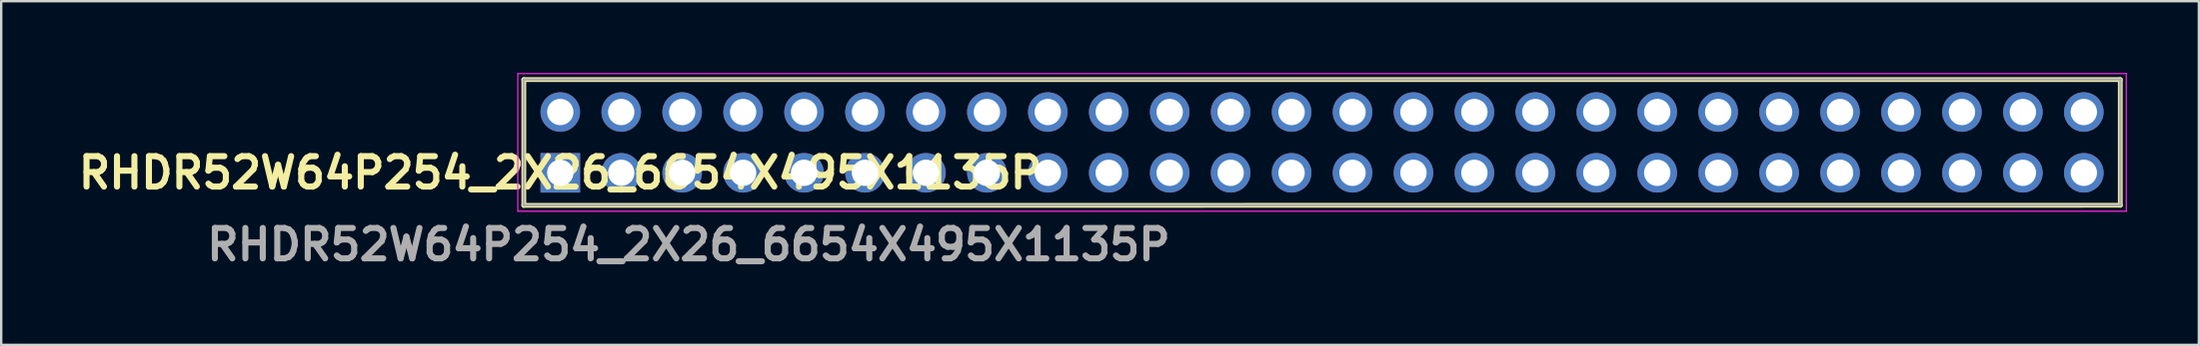
<source format=kicad_pcb>
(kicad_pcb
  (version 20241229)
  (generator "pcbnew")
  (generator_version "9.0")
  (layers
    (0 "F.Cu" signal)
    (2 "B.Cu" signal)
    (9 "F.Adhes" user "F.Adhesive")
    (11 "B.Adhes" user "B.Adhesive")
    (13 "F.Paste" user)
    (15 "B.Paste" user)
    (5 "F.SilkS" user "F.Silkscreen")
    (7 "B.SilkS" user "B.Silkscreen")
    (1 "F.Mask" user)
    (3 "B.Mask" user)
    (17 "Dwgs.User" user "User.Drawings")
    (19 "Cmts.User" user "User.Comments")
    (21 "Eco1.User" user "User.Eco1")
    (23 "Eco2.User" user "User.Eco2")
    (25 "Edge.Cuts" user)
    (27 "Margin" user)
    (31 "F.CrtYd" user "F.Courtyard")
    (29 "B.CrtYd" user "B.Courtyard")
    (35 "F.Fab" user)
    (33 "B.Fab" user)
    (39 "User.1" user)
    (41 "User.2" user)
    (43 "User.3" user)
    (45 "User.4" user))
  (footprint "RHDR52W64P254_2X26_6654X495X1135P"
    (layer "F.Cu")
    (at 20.302 4.17)
    (property "Reference" "RHDR52W64P254_2X26_6654X495X1135P" (at 0 0 0) (layer "F.SilkS") (effects (font (size 1.27 1.27) (thickness 0.254))))
    (attr through_hole)
    (fp_line (start -1.52 -3.895) (end -1.52 1.36) (stroke (width 0.2) (type solid)) (layer "F.SilkS"))
    (fp_line (start -1.52 1.36) (end 65.02 1.355) (stroke (width 0.2) (type solid)) (layer "F.SilkS"))
    (fp_line (start 65.02 -3.895) (end -1.52 -3.895) (stroke (width 0.2) (type solid)) (layer "F.SilkS"))
    (fp_line (start 65.02 1.355) (end 65.02 -3.895) (stroke (width 0.2) (type solid)) (layer "F.SilkS"))
    (fp_line (start -1.77 -4.145) (end 65.27 -4.145) (stroke (width 0.05) (type solid)) (layer "F.CrtYd"))
    (fp_line (start -1.77 1.605) (end -1.77 -4.145) (stroke (width 0.05) (type solid)) (layer "F.CrtYd"))
    (fp_line (start 65.27 -4.145) (end 65.27 1.605) (stroke (width 0.05) (type solid)) (layer "F.CrtYd"))
    (fp_line (start 65.27 1.605) (end -1.77 1.605) (stroke (width 0.05) (type solid)) (layer "F.CrtYd"))
    (fp_line (start -1.52 -3.895) (end 65.02 -3.895) (stroke (width 0.1) (type solid)) (layer "F.Fab"))
    (fp_line (start -1.52 1.355) (end -1.52 -3.895) (stroke (width 0.1) (type solid)) (layer "F.Fab"))
    (fp_line (start 65.02 -3.895) (end 65.02 1.355) (stroke (width 0.1) (type solid)) (layer "F.Fab"))
    (fp_line (start 65.02 1.355) (end -1.52 1.355) (stroke (width 0.1) (type solid)) (layer "F.Fab"))
    (fp_text user "${REFERENCE}" (at 5.35 3 0) (layer "F.Fab") (effects (font (size 1.27 1.27) (thickness 0.254))))
    (pad "1" thru_hole rect (at 0 0) (size 1.65 1.65) (drill 1.1) (layers "*.Cu" "*.Mask"))
    (pad "2" thru_hole circle (at 0 -2.54) (size 1.65 1.65) (drill 1.1) (layers "*.Cu" "*.Mask"))
    (pad "3" thru_hole circle (at 2.54 0) (size 1.65 1.65) (drill 1.1) (layers "*.Cu" "*.Mask"))
    (pad "4" thru_hole circle (at 2.54 -2.54) (size 1.65 1.65) (drill 1.1) (layers "*.Cu" "*.Mask"))
    (pad "5" thru_hole circle (at 5.08 0) (size 1.65 1.65) (drill 1.1) (layers "*.Cu" "*.Mask"))
    (pad "6" thru_hole circle (at 5.08 -2.54) (size 1.65 1.65) (drill 1.1) (layers "*.Cu" "*.Mask"))
    (pad "7" thru_hole circle (at 7.62 0) (size 1.65 1.65) (drill 1.1) (layers "*.Cu" "*.Mask"))
    (pad "8" thru_hole circle (at 7.62 -2.54) (size 1.65 1.65) (drill 1.1) (layers "*.Cu" "*.Mask"))
    (pad "9" thru_hole circle (at 10.16 0) (size 1.65 1.65) (drill 1.1) (layers "*.Cu" "*.Mask"))
    (pad "10" thru_hole circle (at 10.16 -2.54) (size 1.65 1.65) (drill 1.1) (layers "*.Cu" "*.Mask"))
    (pad "11" thru_hole circle (at 12.7 0) (size 1.65 1.65) (drill 1.1) (layers "*.Cu" "*.Mask"))
    (pad "12" thru_hole circle (at 12.7 -2.54) (size 1.65 1.65) (drill 1.1) (layers "*.Cu" "*.Mask"))
    (pad "13" thru_hole circle (at 15.24 0) (size 1.65 1.65) (drill 1.1) (layers "*.Cu" "*.Mask"))
    (pad "14" thru_hole circle (at 15.24 -2.54) (size 1.65 1.65) (drill 1.1) (layers "*.Cu" "*.Mask"))
    (pad "15" thru_hole circle (at 17.78 0) (size 1.65 1.65) (drill 1.1) (layers "*.Cu" "*.Mask"))
    (pad "16" thru_hole circle (at 17.78 -2.54) (size 1.65 1.65) (drill 1.1) (layers "*.Cu" "*.Mask"))
    (pad "17" thru_hole circle (at 20.32 0) (size 1.65 1.65) (drill 1.1) (layers "*.Cu" "*.Mask"))
    (pad "18" thru_hole circle (at 20.32 -2.54) (size 1.65 1.65) (drill 1.1) (layers "*.Cu" "*.Mask"))
    (pad "19" thru_hole circle (at 22.86 0) (size 1.65 1.65) (drill 1.1) (layers "*.Cu" "*.Mask"))
    (pad "20" thru_hole circle (at 22.86 -2.54) (size 1.65 1.65) (drill 1.1) (layers "*.Cu" "*.Mask"))
    (pad "21" thru_hole circle (at 25.4 0) (size 1.65 1.65) (drill 1.1) (layers "*.Cu" "*.Mask"))
    (pad "22" thru_hole circle (at 25.4 -2.54) (size 1.65 1.65) (drill 1.1) (layers "*.Cu" "*.Mask"))
    (pad "23" thru_hole circle (at 27.94 0) (size 1.65 1.65) (drill 1.1) (layers "*.Cu" "*.Mask"))
    (pad "24" thru_hole circle (at 27.94 -2.54) (size 1.65 1.65) (drill 1.1) (layers "*.Cu" "*.Mask"))
    (pad "25" thru_hole circle (at 30.48 0) (size 1.65 1.65) (drill 1.1) (layers "*.Cu" "*.Mask"))
    (pad "26" thru_hole circle (at 30.48 -2.54) (size 1.65 1.65) (drill 1.1) (layers "*.Cu" "*.Mask"))
    (pad "27" thru_hole circle (at 33.02 0) (size 1.65 1.65) (drill 1.1) (layers "*.Cu" "*.Mask"))
    (pad "28" thru_hole circle (at 33.02 -2.54) (size 1.65 1.65) (drill 1.1) (layers "*.Cu" "*.Mask"))
    (pad "29" thru_hole circle (at 35.56 0) (size 1.65 1.65) (drill 1.1) (layers "*.Cu" "*.Mask"))
    (pad "30" thru_hole circle (at 35.56 -2.54) (size 1.65 1.65) (drill 1.1) (layers "*.Cu" "*.Mask"))
    (pad "31" thru_hole circle (at 38.1 0) (size 1.65 1.65) (drill 1.1) (layers "*.Cu" "*.Mask"))
    (pad "32" thru_hole circle (at 38.1 -2.54) (size 1.65 1.65) (drill 1.1) (layers "*.Cu" "*.Mask"))
    (pad "33" thru_hole circle (at 40.64 0) (size 1.65 1.65) (drill 1.1) (layers "*.Cu" "*.Mask"))
    (pad "34" thru_hole circle (at 40.64 -2.54) (size 1.65 1.65) (drill 1.1) (layers "*.Cu" "*.Mask"))
    (pad "35" thru_hole circle (at 43.18 0) (size 1.65 1.65) (drill 1.1) (layers "*.Cu" "*.Mask"))
    (pad "36" thru_hole circle (at 43.18 -2.54) (size 1.65 1.65) (drill 1.1) (layers "*.Cu" "*.Mask"))
    (pad "37" thru_hole circle (at 45.72 0) (size 1.65 1.65) (drill 1.1) (layers "*.Cu" "*.Mask"))
    (pad "38" thru_hole circle (at 45.72 -2.54) (size 1.65 1.65) (drill 1.1) (layers "*.Cu" "*.Mask"))
    (pad "39" thru_hole circle (at 48.26 0) (size 1.65 1.65) (drill 1.1) (layers "*.Cu" "*.Mask"))
    (pad "40" thru_hole circle (at 48.26 -2.54) (size 1.65 1.65) (drill 1.1) (layers "*.Cu" "*.Mask"))
    (pad "41" thru_hole circle (at 50.8 0) (size 1.65 1.65) (drill 1.1) (layers "*.Cu" "*.Mask"))
    (pad "42" thru_hole circle (at 50.8 -2.54) (size 1.65 1.65) (drill 1.1) (layers "*.Cu" "*.Mask"))
    (pad "43" thru_hole circle (at 53.34 0) (size 1.65 1.65) (drill 1.1) (layers "*.Cu" "*.Mask"))
    (pad "44" thru_hole circle (at 53.34 -2.54) (size 1.65 1.65) (drill 1.1) (layers "*.Cu" "*.Mask"))
    (pad "45" thru_hole circle (at 55.88 0) (size 1.65 1.65) (drill 1.1) (layers "*.Cu" "*.Mask"))
    (pad "46" thru_hole circle (at 55.88 -2.54) (size 1.65 1.65) (drill 1.1) (layers "*.Cu" "*.Mask"))
    (pad "47" thru_hole circle (at 58.42 0) (size 1.65 1.65) (drill 1.1) (layers "*.Cu" "*.Mask"))
    (pad "48" thru_hole circle (at 58.42 -2.54) (size 1.65 1.65) (drill 1.1) (layers "*.Cu" "*.Mask"))
    (pad "49" thru_hole circle (at 60.96 0) (size 1.65 1.65) (drill 1.1) (layers "*.Cu" "*.Mask"))
    (pad "50" thru_hole circle (at 60.96 -2.54) (size 1.65 1.65) (drill 1.1) (layers "*.Cu" "*.Mask"))
    (pad "51" thru_hole circle (at 63.5 0) (size 1.65 1.65) (drill 1.1) (layers "*.Cu" "*.Mask"))
    (pad "52" thru_hole circle (at 63.5 -2.54) (size 1.65 1.65) (drill 1.1) (layers "*.Cu" "*.Mask")))
  (gr_rect
    (start -3 -3)
    (end 88.597 11.359)
    (stroke (width 0.1) (type default))
    (fill no)
    (layer "Edge.Cuts")))
</source>
